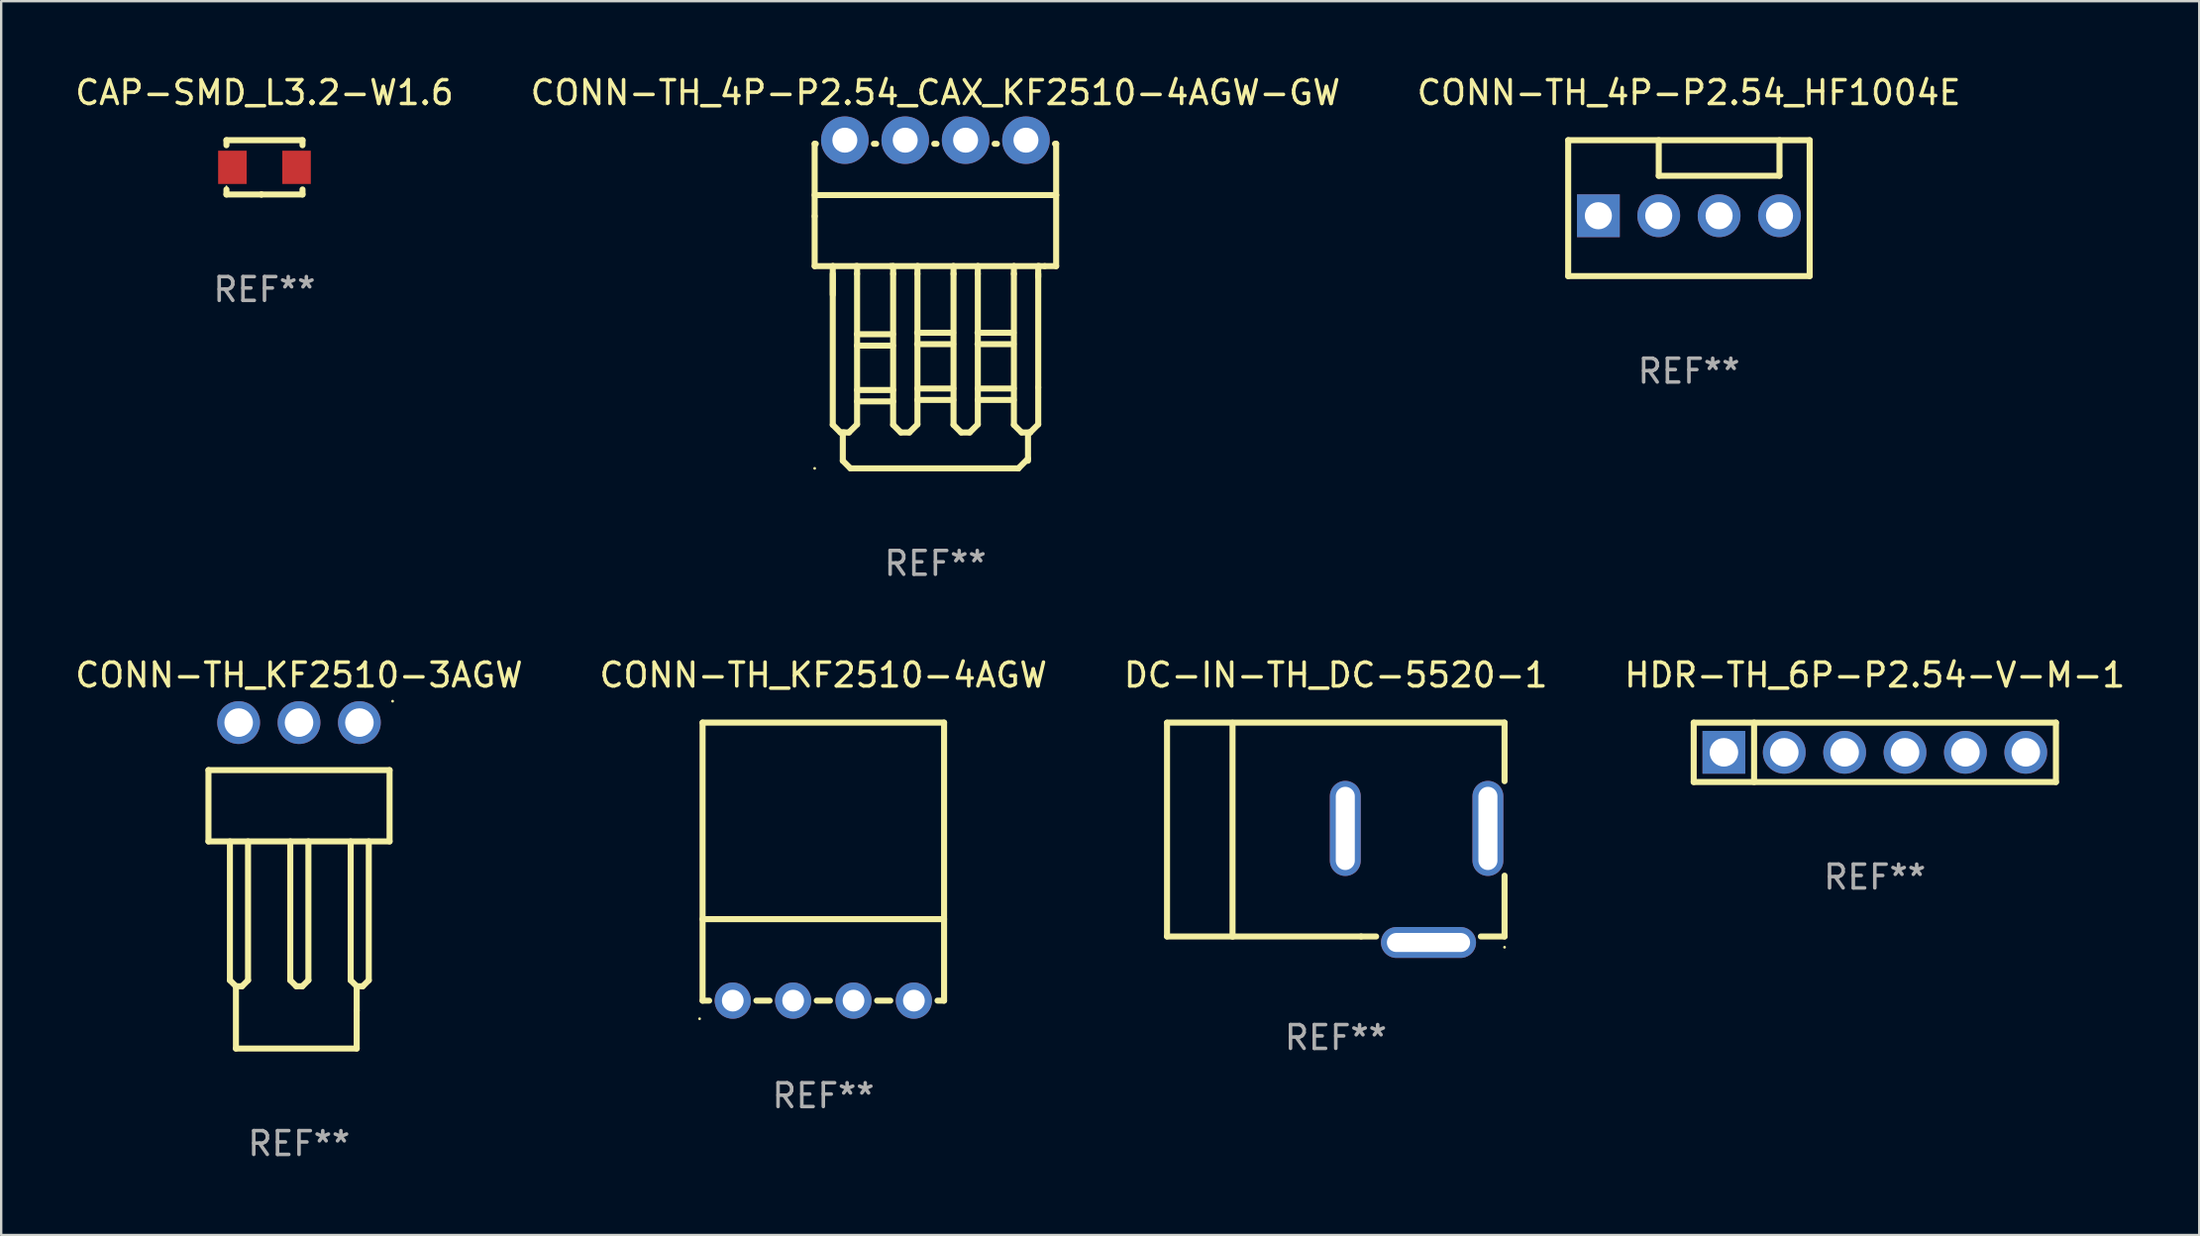
<source format=kicad_pcb>
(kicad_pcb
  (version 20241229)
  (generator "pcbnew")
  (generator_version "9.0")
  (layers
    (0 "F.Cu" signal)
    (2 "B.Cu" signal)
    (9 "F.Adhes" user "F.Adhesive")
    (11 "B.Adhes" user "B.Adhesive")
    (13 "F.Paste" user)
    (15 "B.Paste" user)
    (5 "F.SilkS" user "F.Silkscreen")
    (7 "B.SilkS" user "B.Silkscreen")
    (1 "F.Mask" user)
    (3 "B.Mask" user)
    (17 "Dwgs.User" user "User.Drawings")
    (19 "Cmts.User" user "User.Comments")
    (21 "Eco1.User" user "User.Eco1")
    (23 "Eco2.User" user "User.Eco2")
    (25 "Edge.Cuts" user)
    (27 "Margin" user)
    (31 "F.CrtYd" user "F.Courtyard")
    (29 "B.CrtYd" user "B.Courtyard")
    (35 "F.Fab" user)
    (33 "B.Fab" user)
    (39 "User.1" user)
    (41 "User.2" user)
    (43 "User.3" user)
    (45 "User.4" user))
  (footprint "CONN-TH_4P-P2.54_HF1004E"
    (layer "F.Cu")
    (at 68.006 6.028)
    (property "Reference" "CONN-TH_4P-P2.54_HF1004E" (at 0 -5.18 0) (layer "F.SilkS") (effects (font (size 1 1) (thickness 0.15))))
    (attr through_hole)
    (fp_line (start -5.08 -3.18) (end -5.08 2.54) (stroke (width 0.254) (type solid)) (layer "F.SilkS"))
    (fp_line (start -5.08 2.54) (end 5.08 2.54) (stroke (width 0.254) (type solid)) (layer "F.SilkS"))
    (fp_line (start -1.27 -3.18) (end -1.27 -1.68) (stroke (width 0.254) (type solid)) (layer "F.SilkS"))
    (fp_line (start -1.27 -1.68) (end 3.81 -1.68) (stroke (width 0.254) (type solid)) (layer "F.SilkS"))
    (fp_line (start 3.81 -1.68) (end 3.81 -3.18) (stroke (width 0.254) (type solid)) (layer "F.SilkS"))
    (fp_line (start 5.08 -3.18) (end -5.08 -3.18) (stroke (width 0.254) (type solid)) (layer "F.SilkS"))
    (fp_line (start 5.08 2.54) (end 5.08 -3.18) (stroke (width 0.254) (type solid)) (layer "F.SilkS"))
    (fp_circle (center -5.08 2.54) (end -5.05 2.54) (stroke (width 0.06) (type solid)) (fill no) (layer "F.SilkS"))
    (fp_text user "REF**" (at 0 6.54 0) (layer "F.Fab") (effects (font (size 1 1) (thickness 0.15))))
    (pad "1" thru_hole rect (at -3.81 -0.000051) (size 1.8 1.8) (drill 1.14) (layers "*.Cu" "*.Mask"))
    (pad "2" thru_hole circle (at -1.27 -0.000051) (size 1.8 1.8) (drill 1.14) (layers "*.Cu" "*.Mask"))
    (pad "3" thru_hole circle (at 1.27 -0.000051) (size 1.8 1.8) (drill 1.14) (layers "*.Cu" "*.Mask"))
    (pad "4" thru_hole circle (at 3.81 -0.000051) (size 1.8 1.8) (drill 1.14) (layers "*.Cu" "*.Mask")))
  (footprint "CONN-TH_4P-P2.54_CAX_KF2510-4AGW-GW"
    (layer "F.Cu")
    (at 36.304 2.848)
    (property "Reference" "CONN-TH_4P-P2.54_CAX_KF2510-4AGW-GW" (at 0 -2 0) (layer "F.SilkS") (effects (font (size 1 1) (thickness 0.15))))
    (attr through_hole)
    (fp_line (start -5.08 0.152) (end -5.032 0.152) (stroke (width 0.254) (type solid)) (layer "F.SilkS"))
    (fp_line (start -5.08 3.2) (end -5.08 0.152) (stroke (width 0.254) (type solid)) (layer "F.SilkS"))
    (fp_line (start -5.08 3.2) (end -5.08 5.3) (stroke (width 0.254) (type solid)) (layer "F.SilkS"))
    (fp_line (start -5.08 5.3) (end 4.6 5.3) (stroke (width 0.254) (type solid)) (layer "F.SilkS"))
    (fp_line (start -4.318 5.3) (end -4.302 5.3) (stroke (width 0.254) (type solid)) (layer "F.SilkS"))
    (fp_line (start -4.318 5.625) (end -4.318 11.977) (stroke (width 0.254) (type solid)) (layer "F.SilkS"))
    (fp_line (start -4.318 6.502) (end -4.318 5.3) (stroke (width 0.254) (type solid)) (layer "F.SilkS"))
    (fp_line (start -4.318 11.977) (end -3.995 12.3) (stroke (width 0.254) (type solid)) (layer "F.SilkS"))
    (fp_line (start -3.995 12.3) (end -3.638 12.3) (stroke (width 0.254) (type solid)) (layer "F.SilkS"))
    (fp_line (start -3.896 13.49) (end -3.896 12.3) (stroke (width 0.254) (type solid)) (layer "F.SilkS"))
    (fp_line (start -3.896 13.49) (end -3.576 13.81) (stroke (width 0.254) (type solid)) (layer "F.SilkS"))
    (fp_line (start -3.855 12.3) (end -3.829 12.3) (stroke (width 0.254) (type solid)) (layer "F.SilkS"))
    (fp_line (start -3.576 13.81) (end 3.494 13.81) (stroke (width 0.254) (type solid)) (layer "F.SilkS"))
    (fp_line (start -3.302 8.165) (end -1.785 8.165) (stroke (width 0.254) (type solid)) (layer "F.SilkS"))
    (fp_line (start -3.302 8.645) (end -1.785 8.645) (stroke (width 0.254) (type solid)) (layer "F.SilkS"))
    (fp_line (start -3.295 5.3) (end -3.346 5.3) (stroke (width 0.254) (type solid)) (layer "F.SilkS"))
    (fp_line (start -3.295 5.625) (end -3.295 5.3) (stroke (width 0.254) (type solid)) (layer "F.SilkS"))
    (fp_line (start -3.295 5.625) (end -3.295 11.957) (stroke (width 0.254) (type solid)) (layer "F.SilkS"))
    (fp_line (start -3.295 10.513) (end -1.778 10.513) (stroke (width 0.254) (type solid)) (layer "F.SilkS"))
    (fp_line (start -3.295 10.993) (end -1.778 10.993) (stroke (width 0.254) (type solid)) (layer "F.SilkS"))
    (fp_line (start -3.295 11.957) (end -3.638 12.3) (stroke (width 0.254) (type solid)) (layer "F.SilkS"))
    (fp_line (start -2.588 0.152) (end -2.492 0.152) (stroke (width 0.254) (type solid)) (layer "F.SilkS"))
    (fp_line (start -1.778 5.3) (end -1.882 5.3) (stroke (width 0.254) (type solid)) (layer "F.SilkS"))
    (fp_line (start -1.778 5.625) (end -1.778 5.3) (stroke (width 0.254) (type solid)) (layer "F.SilkS"))
    (fp_line (start -1.778 5.625) (end -1.778 11.977) (stroke (width 0.254) (type solid)) (layer "F.SilkS"))
    (fp_line (start -1.778 11.977) (end -1.455 12.3) (stroke (width 0.254) (type solid)) (layer "F.SilkS"))
    (fp_line (start -1.455 12.3) (end -1.098 12.3) (stroke (width 0.254) (type solid)) (layer "F.SilkS"))
    (fp_line (start -0.769 8.103) (end 0.747 8.103) (stroke (width 0.254) (type solid)) (layer "F.SilkS"))
    (fp_line (start -0.769 8.583) (end 0.747 8.583) (stroke (width 0.254) (type solid)) (layer "F.SilkS"))
    (fp_line (start -0.762 10.451) (end 0.755 10.451) (stroke (width 0.254) (type solid)) (layer "F.SilkS"))
    (fp_line (start -0.762 10.931) (end 0.755 10.931) (stroke (width 0.254) (type solid)) (layer "F.SilkS"))
    (fp_line (start -0.755 5.3) (end -0.733 5.3) (stroke (width 0.254) (type solid)) (layer "F.SilkS"))
    (fp_line (start -0.755 5.625) (end -0.755 5.3) (stroke (width 0.254) (type solid)) (layer "F.SilkS"))
    (fp_line (start -0.755 5.625) (end -0.755 11.957) (stroke (width 0.254) (type solid)) (layer "F.SilkS"))
    (fp_line (start -0.755 11.957) (end -1.098 12.3) (stroke (width 0.254) (type solid)) (layer "F.SilkS"))
    (fp_line (start -0.048 0.152) (end 0.048 0.152) (stroke (width 0.254) (type solid)) (layer "F.SilkS"))
    (fp_line (start 0.762 5.3) (end 0.744 5.3) (stroke (width 0.254) (type solid)) (layer "F.SilkS"))
    (fp_line (start 0.762 5.625) (end 0.762 5.3) (stroke (width 0.254) (type solid)) (layer "F.SilkS"))
    (fp_line (start 0.762 5.625) (end 0.762 11.977) (stroke (width 0.254) (type solid)) (layer "F.SilkS"))
    (fp_line (start 0.762 11.977) (end 1.085 12.3) (stroke (width 0.254) (type solid)) (layer "F.SilkS"))
    (fp_line (start 1.085 12.3) (end 1.442 12.3) (stroke (width 0.254) (type solid)) (layer "F.SilkS"))
    (fp_line (start 1.771 8.103) (end 3.288 8.103) (stroke (width 0.254) (type solid)) (layer "F.SilkS"))
    (fp_line (start 1.771 8.583) (end 3.288 8.583) (stroke (width 0.254) (type solid)) (layer "F.SilkS"))
    (fp_line (start 1.778 10.451) (end 3.295 10.451) (stroke (width 0.254) (type solid)) (layer "F.SilkS"))
    (fp_line (start 1.778 10.931) (end 3.295 10.931) (stroke (width 0.254) (type solid)) (layer "F.SilkS"))
    (fp_line (start 1.785 5.3) (end 1.801 5.3) (stroke (width 0.254) (type solid)) (layer "F.SilkS"))
    (fp_line (start 1.785 5.625) (end 1.785 5.3) (stroke (width 0.254) (type solid)) (layer "F.SilkS"))
    (fp_line (start 1.785 5.625) (end 1.785 11.957) (stroke (width 0.254) (type solid)) (layer "F.SilkS"))
    (fp_line (start 1.785 11.957) (end 1.442 12.3) (stroke (width 0.254) (type solid)) (layer "F.SilkS"))
    (fp_line (start 2.492 0.152) (end 2.588 0.152) (stroke (width 0.254) (type solid)) (layer "F.SilkS"))
    (fp_line (start 3.302 5.3) (end 3.305 5.3) (stroke (width 0.254) (type solid)) (layer "F.SilkS"))
    (fp_line (start 3.302 5.625) (end 3.302 5.3) (stroke (width 0.254) (type solid)) (layer "F.SilkS"))
    (fp_line (start 3.302 5.625) (end 3.302 11.977) (stroke (width 0.254) (type solid)) (layer "F.SilkS"))
    (fp_line (start 3.302 11.977) (end 3.625 12.3) (stroke (width 0.254) (type solid)) (layer "F.SilkS"))
    (fp_line (start 3.494 13.806) (end 3.896 13.404) (stroke (width 0.254) (type solid)) (layer "F.SilkS"))
    (fp_line (start 3.494 13.81) (end 3.494 13.806) (stroke (width 0.254) (type solid)) (layer "F.SilkS"))
    (fp_line (start 3.625 12.3) (end 3.982 12.3) (stroke (width 0.254) (type solid)) (layer "F.SilkS"))
    (fp_line (start 3.896 13.49) (end 3.896 12.386) (stroke (width 0.254) (type solid)) (layer "F.SilkS"))
    (fp_line (start 3.937 12.3) (end 3.982 12.3) (stroke (width 0.254) (type solid)) (layer "F.SilkS"))
    (fp_line (start 4.326 5.3) (end 4.374 5.3) (stroke (width 0.254) (type solid)) (layer "F.SilkS"))
    (fp_line (start 4.326 5.625) (end 4.326 10.403) (stroke (width 0.254) (type solid)) (layer "F.SilkS"))
    (fp_line (start 4.326 5.753) (end 4.326 5.3) (stroke (width 0.254) (type solid)) (layer "F.SilkS"))
    (fp_line (start 4.326 10.403) (end 4.326 11.958) (stroke (width 0.254) (type solid)) (layer "F.SilkS"))
    (fp_line (start 4.326 11.958) (end 3.983 12.301) (stroke (width 0.254) (type solid)) (layer "F.SilkS"))
    (fp_line (start 5.08 0.152) (end 5.032 0.152) (stroke (width 0.254) (type solid)) (layer "F.SilkS"))
    (fp_line (start 5.08 2.31) (end -5.08 2.31) (stroke (width 0.254) (type solid)) (layer "F.SilkS"))
    (fp_line (start 5.08 2.31) (end 5.08 0.152) (stroke (width 0.254) (type solid)) (layer "F.SilkS"))
    (fp_line (start 5.08 2.31) (end 5.08 5.3) (stroke (width 0.254) (type solid)) (layer "F.SilkS"))
    (fp_line (start 5.08 5.3) (end 4.6 5.3) (stroke (width 0.254) (type solid)) (layer "F.SilkS"))
    (fp_circle (center -5.08 13.81) (end -5.05 13.81) (stroke (width 0.06) (type solid)) (fill no) (layer "F.SilkS"))
    (fp_text user "REF**" (at 0 17.81 0) (layer "F.Fab") (effects (font (size 1 1) (thickness 0.15))))
    (pad "1" thru_hole circle (at -3.81 0) (size 2 2) (drill 1.05) (layers "*.Cu" "*.Mask"))
    (pad "2" thru_hole circle (at -1.27 0) (size 2 2) (drill 1.05) (layers "*.Cu" "*.Mask"))
    (pad "3" thru_hole circle (at 1.27 0) (size 2 2) (drill 1.05) (layers "*.Cu" "*.Mask"))
    (pad "4" thru_hole circle (at 3.81 0) (size 2 2) (drill 1.05) (layers "*.Cu" "*.Mask")))
  (footprint "DC-IN-TH_DC-5520-1"
    (layer "F.Cu")
    (at 56.549 34.208)
    (property "Reference" "DC-IN-TH_DC-5520-1" (at -3.4 -8.853 0) (layer "F.SilkS") (effects (font (size 1 1) (thickness 0.15))))
    (attr through_hole)
    (fp_line (start -10.5 -6.853) (end 3.7 -6.853) (stroke (width 0.254) (type solid)) (layer "F.SilkS"))
    (fp_line (start -10.5 -6.845) (end -10.5 2.147) (stroke (width 0.254) (type solid)) (layer "F.SilkS"))
    (fp_line (start -10.5 2.147) (end -2.335 2.147) (stroke (width 0.254) (type solid)) (layer "F.SilkS"))
    (fp_line (start -7.744 -6.845) (end -7.744 2.155) (stroke (width 0.254) (type solid)) (layer "F.SilkS"))
    (fp_line (start -1.702 2.147) (end -2.335 2.147) (stroke (width 0.254) (type solid)) (layer "F.SilkS"))
    (fp_line (start 3.7 -6.853) (end 3.7 -4.388) (stroke (width 0.254) (type solid)) (layer "F.SilkS"))
    (fp_line (start 3.7 -0.412) (end 3.7 2.147) (stroke (width 0.254) (type solid)) (layer "F.SilkS"))
    (fp_line (start 3.7 2.147) (end 2.702 2.147) (stroke (width 0.254) (type solid)) (layer "F.SilkS"))
    (fp_circle (center 3.7 2.6) (end 3.73 2.6) (stroke (width 0.06) (type solid)) (fill no) (layer "F.SilkS"))
    (fp_text user "REF**" (at -3.4 6.4 0) (layer "F.Fab") (effects (font (size 1 1) (thickness 0.15))))
    (pad "2" thru_hole oval (at 0.5 2.4) (size 4 1.3) (drill oval 3.5 0.8) (layers "*.Cu" "*.Mask"))
    (pad "3" thru_hole oval (at -3 -2.4 270) (size 4 1.3) (drill oval 3.5 0.8) (layers "*.Cu" "*.Mask"))
    (pad "4" thru_hole oval (at 3 -2.4 90) (size 4 1.3) (drill oval 3.5 0.8) (layers "*.Cu" "*.Mask")))
  (footprint "CAP-SMD_L3.2-W1.6"
    (layer "F.Cu")
    (at 8.077 3.991)
    (property "Reference" "CAP-SMD_L3.2-W1.6" (at 0 -3.143 0) (layer "F.SilkS") (effects (font (size 1 1) (thickness 0.15))))
    (attr smd)
    (fp_line (start -1.6 1.143) (end -0.128 1.143) (stroke (width 0.254) (type solid)) (layer "F.SilkS"))
    (fp_line (start -1.6 -1.143) (end -1.6 -0.931) (stroke (width 0.254) (type solid)) (layer "F.SilkS"))
    (fp_line (start -1.6 -1.143) (end 1.6 -1.143) (stroke (width 0.254) (type solid)) (layer "F.SilkS"))
    (fp_line (start -1.6 0.931) (end -1.6 1.143) (stroke (width 0.254) (type solid)) (layer "F.SilkS"))
    (fp_line (start -0.128 1.143) (end -0.128 1.143) (stroke (width 0.254) (type solid)) (layer "F.SilkS"))
    (fp_line (start -0.128 1.143) (end 1.6 1.143) (stroke (width 0.254) (type solid)) (layer "F.SilkS"))
    (fp_line (start 1.6 -1.143) (end 1.6 -0.931) (stroke (width 0.254) (type solid)) (layer "F.SilkS"))
    (fp_line (start 1.6 0.931) (end 1.6 1.143) (stroke (width 0.254) (type solid)) (layer "F.SilkS"))
    (fp_circle (center -1.6 0.8) (end -1.58 0.8) (stroke (width 0.04) (type solid)) (fill no) (layer "F.SilkS"))
    (fp_text user "REF**" (at 0 5.143 0) (layer "F.Fab") (effects (font (size 1 1) (thickness 0.15))))
    (pad "1" smd rect (at -1.35 0) (size 1.2 1.4) (layers "F.Cu" "F.Mask" "F.Paste"))
    (pad "2" smd rect (at 1.35 0) (size 1.2 1.4) (layers "F.Cu" "F.Mask" "F.Paste")))
  (footprint "CONN-TH_KF2510-4AGW"
    (layer "F.Cu")
    (at 31.589 39.055)
    (property "Reference" "CONN-TH_KF2510-4AGW" (at 0 -13.7 0) (layer "F.SilkS") (effects (font (size 1 1) (thickness 0.15))))
    (attr through_hole)
    (fp_line (start -5.08 -11.7) (end -5.08 0) (stroke (width 0.254) (type solid)) (layer "F.SilkS"))
    (fp_line (start -5.08 -11.7) (end 5.08 -11.7) (stroke (width 0.254) (type solid)) (layer "F.SilkS"))
    (fp_line (start -5.08 -3.429) (end 5.08 -3.429) (stroke (width 0.254) (type solid)) (layer "F.SilkS"))
    (fp_line (start -4.803 0) (end -5.08 0) (stroke (width 0.254) (type solid)) (layer "F.SilkS"))
    (fp_line (start -2.263 0) (end -2.817 0) (stroke (width 0.254) (type solid)) (layer "F.SilkS"))
    (fp_line (start 0.277 0) (end -0.277 0) (stroke (width 0.254) (type solid)) (layer "F.SilkS"))
    (fp_line (start 2.817 0) (end 2.263 0) (stroke (width 0.254) (type solid)) (layer "F.SilkS"))
    (fp_line (start 5.08 -11.7) (end 5.08 0) (stroke (width 0.254) (type solid)) (layer "F.SilkS"))
    (fp_line (start 5.08 0) (end 4.803 0) (stroke (width 0.254) (type solid)) (layer "F.SilkS"))
    (fp_circle (center -5.207 0.762) (end -5.177 0.762) (stroke (width 0.06) (type solid)) (fill no) (layer "F.SilkS"))
    (fp_text user "REF**" (at 0 4 0) (layer "F.Fab") (effects (font (size 1 1) (thickness 0.15))))
    (pad "1" thru_hole circle (at -3.81 0 90) (size 1.524 1.524) (drill 0.914) (layers "*.Cu" "*.Mask"))
    (pad "2" thru_hole circle (at -1.27 0 90) (size 1.524 1.524) (drill 0.914) (layers "*.Cu" "*.Mask"))
    (pad "3" thru_hole circle (at 1.27 0 90) (size 1.524 1.524) (drill 0.914) (layers "*.Cu" "*.Mask"))
    (pad "4" thru_hole circle (at 3.81 0 90) (size 1.524 1.524) (drill 0.914) (layers "*.Cu" "*.Mask")))
  (footprint "HDR-TH_6P-P2.54-V-M-1"
    (layer "F.Cu")
    (at 75.827 28.606)
    (property "Reference" "HDR-TH_6P-P2.54-V-M-1" (at 0 -3.251 0) (layer "F.SilkS") (effects (font (size 1 1) (thickness 0.15))))
    (attr through_hole)
    (fp_line (start -7.62 -1.25) (end -7.62 1.25) (stroke (width 0.254) (type solid)) (layer "F.SilkS"))
    (fp_line (start -7.62 1.25) (end 7.62 1.25) (stroke (width 0.254) (type solid)) (layer "F.SilkS"))
    (fp_line (start -5.08 -1.251) (end -5.08 1.25) (stroke (width 0.254) (type solid)) (layer "F.SilkS"))
    (fp_line (start 7.62 -1.25) (end -7.62 -1.25) (stroke (width 0.254) (type solid)) (layer "F.SilkS"))
    (fp_line (start 7.62 -1.25) (end 7.62 1.25) (stroke (width 0.254) (type solid)) (layer "F.SilkS"))
    (fp_circle (center -7.62 1.25) (end -7.59 1.25) (stroke (width 0.06) (type solid)) (fill no) (layer "F.SilkS"))
    (fp_text user "REF**" (at 0 5.25 0) (layer "F.Fab") (effects (font (size 1 1) (thickness 0.15))))
    (pad "1" thru_hole rect (at -6.35 0) (size 1.8 1.8) (drill 1.2) (layers "*.Cu" "*.Mask"))
    (pad "2" thru_hole circle (at -3.81 0) (size 1.8 1.8) (drill 1.2) (layers "*.Cu" "*.Mask"))
    (pad "3" thru_hole circle (at -1.27 0) (size 1.8 1.8) (drill 1.2) (layers "*.Cu" "*.Mask"))
    (pad "4" thru_hole circle (at 1.27 0) (size 1.8 1.8) (drill 1.2) (layers "*.Cu" "*.Mask"))
    (pad "5" thru_hole circle (at 3.81 0) (size 1.8 1.8) (drill 1.2) (layers "*.Cu" "*.Mask"))
    (pad "6" thru_hole circle (at 6.35 0) (size 1.8 1.8) (drill 1.2) (layers "*.Cu" "*.Mask")))
  (footprint "CONN-TH_KF2510-3AGW"
    (layer "F.Cu")
    (at 9.53 27.355)
    (property "Reference" "CONN-TH_KF2510-3AGW" (at 0 -2 0) (layer "F.SilkS") (effects (font (size 1 1) (thickness 0.15))))
    (attr through_hole)
    (fp_line (start -3.81 2) (end -3.81 5) (stroke (width 0.254) (type solid)) (layer "F.SilkS"))
    (fp_line (start -3.81 2) (end 3.81 2) (stroke (width 0.254) (type solid)) (layer "F.SilkS"))
    (fp_line (start -2.907 10.842) (end -2.907 5) (stroke (width 0.254) (type solid)) (layer "F.SilkS"))
    (fp_line (start -2.654 13.715) (end -2.654 11.096) (stroke (width 0.254) (type solid)) (layer "F.SilkS"))
    (fp_line (start -2.653 11.096) (end -2.907 10.842) (stroke (width 0.254) (type solid)) (layer "F.SilkS"))
    (fp_line (start -2.399 11.096) (end -2.653 11.096) (stroke (width 0.254) (type solid)) (layer "F.SilkS"))
    (fp_line (start -2.145 5) (end -2.145 10.842) (stroke (width 0.254) (type solid)) (layer "F.SilkS"))
    (fp_line (start -2.145 10.842) (end -2.399 11.096) (stroke (width 0.254) (type solid)) (layer "F.SilkS"))
    (fp_line (start -0.367 10.842) (end -0.367 5) (stroke (width 0.254) (type solid)) (layer "F.SilkS"))
    (fp_line (start -0.113 11.096) (end -0.367 10.842) (stroke (width 0.254) (type solid)) (layer "F.SilkS"))
    (fp_line (start 0.141 11.096) (end -0.113 11.096) (stroke (width 0.254) (type solid)) (layer "F.SilkS"))
    (fp_line (start 0.395 5) (end 0.395 10.842) (stroke (width 0.254) (type solid)) (layer "F.SilkS"))
    (fp_line (start 0.395 10.842) (end 0.141 11.096) (stroke (width 0.254) (type solid)) (layer "F.SilkS"))
    (fp_line (start 2.173 10.842) (end 2.173 5) (stroke (width 0.254) (type solid)) (layer "F.SilkS"))
    (fp_line (start 2.426 12.112) (end 2.426 13.715) (stroke (width 0.254) (type solid)) (layer "F.SilkS"))
    (fp_line (start 2.426 13.715) (end -2.654 13.715) (stroke (width 0.254) (type solid)) (layer "F.SilkS"))
    (fp_line (start 2.427 11.096) (end 2.173 10.842) (stroke (width 0.254) (type solid)) (layer "F.SilkS"))
    (fp_line (start 2.427 12.112) (end 2.427 11.096) (stroke (width 0.254) (type solid)) (layer "F.SilkS"))
    (fp_line (start 2.681 11.096) (end 2.427 11.096) (stroke (width 0.254) (type solid)) (layer "F.SilkS"))
    (fp_line (start 2.935 5) (end 2.935 10.842) (stroke (width 0.254) (type solid)) (layer "F.SilkS"))
    (fp_line (start 2.935 10.842) (end 2.681 11.096) (stroke (width 0.254) (type solid)) (layer "F.SilkS"))
    (fp_line (start 3.81 2) (end 3.81 5) (stroke (width 0.254) (type solid)) (layer "F.SilkS"))
    (fp_line (start 3.81 5) (end -3.81 5) (stroke (width 0.254) (type solid)) (layer "F.SilkS"))
    (fp_circle (center 3.937 -0.9) (end 3.967 -0.9) (stroke (width 0.06) (type solid)) (fill no) (layer "F.SilkS"))
    (fp_text user "REF**" (at 0 17.715 0) (layer "F.Fab") (effects (font (size 1 1) (thickness 0.15))))
    (pad "1" thru_hole circle (at 2.54 0 180) (size 1.8 1.8) (drill 1.2) (layers "*.Cu" "*.Mask"))
    (pad "2" thru_hole circle (at 0 0 180) (size 1.8 1.8) (drill 1.2) (layers "*.Cu" "*.Mask"))
    (pad "3" thru_hole circle (at -2.54 0 180) (size 1.8 1.8) (drill 1.2) (layers "*.Cu" "*.Mask")))
  (gr_rect
    (start -3 -3)
    (end 89.476 48.918)
    (stroke (width 0.1) (type default))
    (fill no)
    (layer "Edge.Cuts")))
</source>
